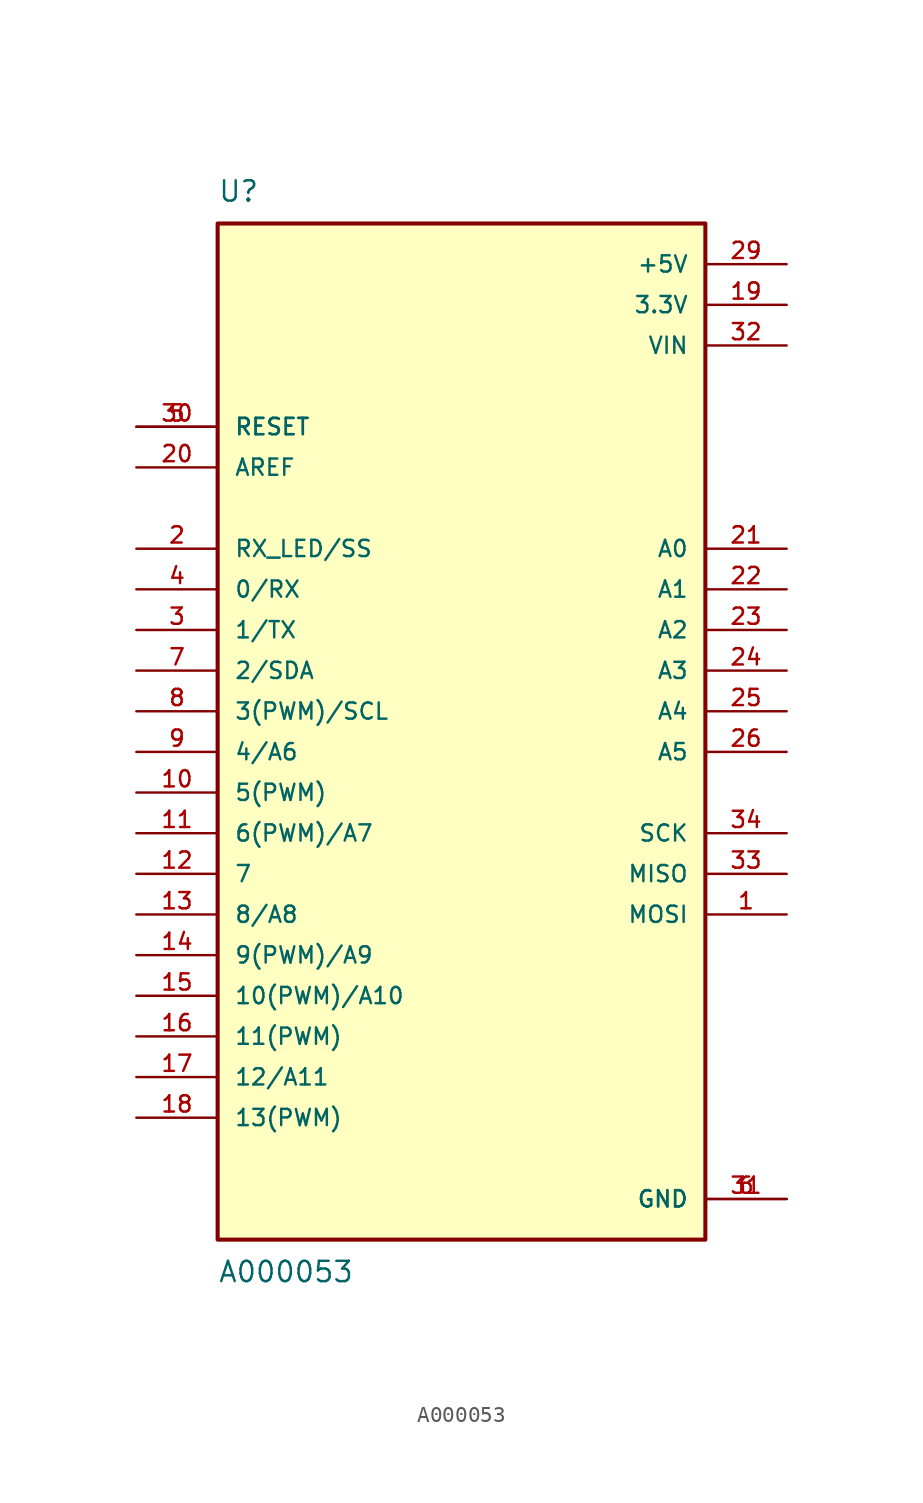
<source format=kicad_sym>
(kicad_symbol_lib
  (version 20211014)
  (generator kicad_symbol_editor)
  (symbol "A000053"
    (pin_names
      (offset 1.016))
    (property "Reference" "U"
      (at -15.24 31.75 0)
      (effects (font (size 1.27 1.27)) (justify bottom left)))
    (property "Value" "A000053"
      (at -15.24 -34.29 0)
      (effects (font (size 1.27 1.27)) (justify top left)))
    (symbol "A000053_0_0"
      (rectangle (start -15.24 -33.02) (end 15.24 30.48) (stroke (width 0.254)) (fill (type background)))
      (pin bidirectional line (at 20.32 -12.7 180.0) (length 5.08) (name "MOSI" (effects (font (size 1.016 1.016)))) (number "1" (effects (font (size 1.016 1.016)))))
      (pin bidirectional line (at -20.32 10.16 0) (length 5.08) (name "RX_LED/SS" (effects (font (size 1.016 1.016)))) (number "2" (effects (font (size 1.016 1.016)))))
      (pin bidirectional line (at -20.32 7.62 0) (length 5.08) (name "0/RX" (effects (font (size 1.016 1.016)))) (number "4" (effects (font (size 1.016 1.016)))))
      (pin bidirectional line (at -20.32 5.08 0) (length 5.08) (name "1/TX" (effects (font (size 1.016 1.016)))) (number "3" (effects (font (size 1.016 1.016)))))
      (pin input line (at -20.32 17.78 0) (length 5.08) (name "RESET" (effects (font (size 1.016 1.016)))) (number "5" (effects (font (size 1.016 1.016)))))
      (pin input line (at -20.32 17.78 0) (length 5.08) (name "RESET" (effects (font (size 1.016 1.016)))) (number "30" (effects (font (size 1.016 1.016)))))
      (pin power_in line (at 20.32 -30.48 180.0) (length 5.08) (name "GND" (effects (font (size 1.016 1.016)))) (number "6" (effects (font (size 1.016 1.016)))))
      (pin power_in line (at 20.32 -30.48 180.0) (length 5.08) (name "GND" (effects (font (size 1.016 1.016)))) (number "31" (effects (font (size 1.016 1.016)))))
      (pin bidirectional line (at -20.32 2.54 0) (length 5.08) (name "2/SDA" (effects (font (size 1.016 1.016)))) (number "7" (effects (font (size 1.016 1.016)))))
      (pin bidirectional line (at -20.32 0.0 0) (length 5.08) (name "3(PWM)/SCL" (effects (font (size 1.016 1.016)))) (number "8" (effects (font (size 1.016 1.016)))))
      (pin bidirectional line (at -20.32 -2.54 0) (length 5.08) (name "4/A6" (effects (font (size 1.016 1.016)))) (number "9" (effects (font (size 1.016 1.016)))))
      (pin bidirectional line (at -20.32 -5.08 0) (length 5.08) (name "5(PWM)" (effects (font (size 1.016 1.016)))) (number "10" (effects (font (size 1.016 1.016)))))
      (pin bidirectional line (at -20.32 -7.62 0) (length 5.08) (name "6(PWM)/A7" (effects (font (size 1.016 1.016)))) (number "11" (effects (font (size 1.016 1.016)))))
      (pin bidirectional line (at -20.32 -10.16 0) (length 5.08) (name "7" (effects (font (size 1.016 1.016)))) (number "12" (effects (font (size 1.016 1.016)))))
      (pin bidirectional line (at -20.32 -15.24 0) (length 5.08) (name "9(PWM)/A9" (effects (font (size 1.016 1.016)))) (number "14" (effects (font (size 1.016 1.016)))))
      (pin bidirectional line (at -20.32 -17.78 0) (length 5.08) (name "10(PWM)/A10" (effects (font (size 1.016 1.016)))) (number "15" (effects (font (size 1.016 1.016)))))
      (pin bidirectional line (at -20.32 -20.32 0) (length 5.08) (name "11(PWM)" (effects (font (size 1.016 1.016)))) (number "16" (effects (font (size 1.016 1.016)))))
      (pin bidirectional line (at -20.32 -22.86 0) (length 5.08) (name "12/A11" (effects (font (size 1.016 1.016)))) (number "17" (effects (font (size 1.016 1.016)))))
      (pin bidirectional line (at -20.32 -25.4 0) (length 5.08) (name "13(PWM)" (effects (font (size 1.016 1.016)))) (number "18" (effects (font (size 1.016 1.016)))))
      (pin power_in line (at 20.32 25.4 180.0) (length 5.08) (name "3.3V" (effects (font (size 1.016 1.016)))) (number "19" (effects (font (size 1.016 1.016)))))
      (pin power_in line (at 20.32 27.94 180.0) (length 5.08) (name "+5V" (effects (font (size 1.016 1.016)))) (number "29" (effects (font (size 1.016 1.016)))))
      (pin power_in line (at 20.32 22.86 180.0) (length 5.08) (name "VIN" (effects (font (size 1.016 1.016)))) (number "32" (effects (font (size 1.016 1.016)))))
      (pin bidirectional line (at 20.32 -10.16 180.0) (length 5.08) (name "MISO" (effects (font (size 1.016 1.016)))) (number "33" (effects (font (size 1.016 1.016)))))
      (pin bidirectional line (at 20.32 -7.62 180.0) (length 5.08) (name "SCK" (effects (font (size 1.016 1.016)))) (number "34" (effects (font (size 1.016 1.016)))))
      (pin bidirectional line (at 20.32 10.16 180.0) (length 5.08) (name "A0" (effects (font (size 1.016 1.016)))) (number "21" (effects (font (size 1.016 1.016)))))
      (pin bidirectional line (at 20.32 7.62 180.0) (length 5.08) (name "A1" (effects (font (size 1.016 1.016)))) (number "22" (effects (font (size 1.016 1.016)))))
      (pin bidirectional line (at 20.32 5.08 180.0) (length 5.08) (name "A2" (effects (font (size 1.016 1.016)))) (number "23" (effects (font (size 1.016 1.016)))))
      (pin bidirectional line (at 20.32 2.54 180.0) (length 5.08) (name "A3" (effects (font (size 1.016 1.016)))) (number "24" (effects (font (size 1.016 1.016)))))
      (pin bidirectional line (at 20.32 0.0 180.0) (length 5.08) (name "A4" (effects (font (size 1.016 1.016)))) (number "25" (effects (font (size 1.016 1.016)))))
      (pin bidirectional line (at 20.32 -2.54 180.0) (length 5.08) (name "A5" (effects (font (size 1.016 1.016)))) (number "26" (effects (font (size 1.016 1.016)))))
      (pin input line (at -20.32 15.24 0) (length 5.08) (name "AREF" (effects (font (size 1.016 1.016)))) (number "20" (effects (font (size 1.016 1.016)))))
      (pin bidirectional line (at -20.32 -12.7 0) (length 5.08) (name "8/A8" (effects (font (size 1.016 1.016)))) (number "13" (effects (font (size 1.016 1.016))))))))
</source>
